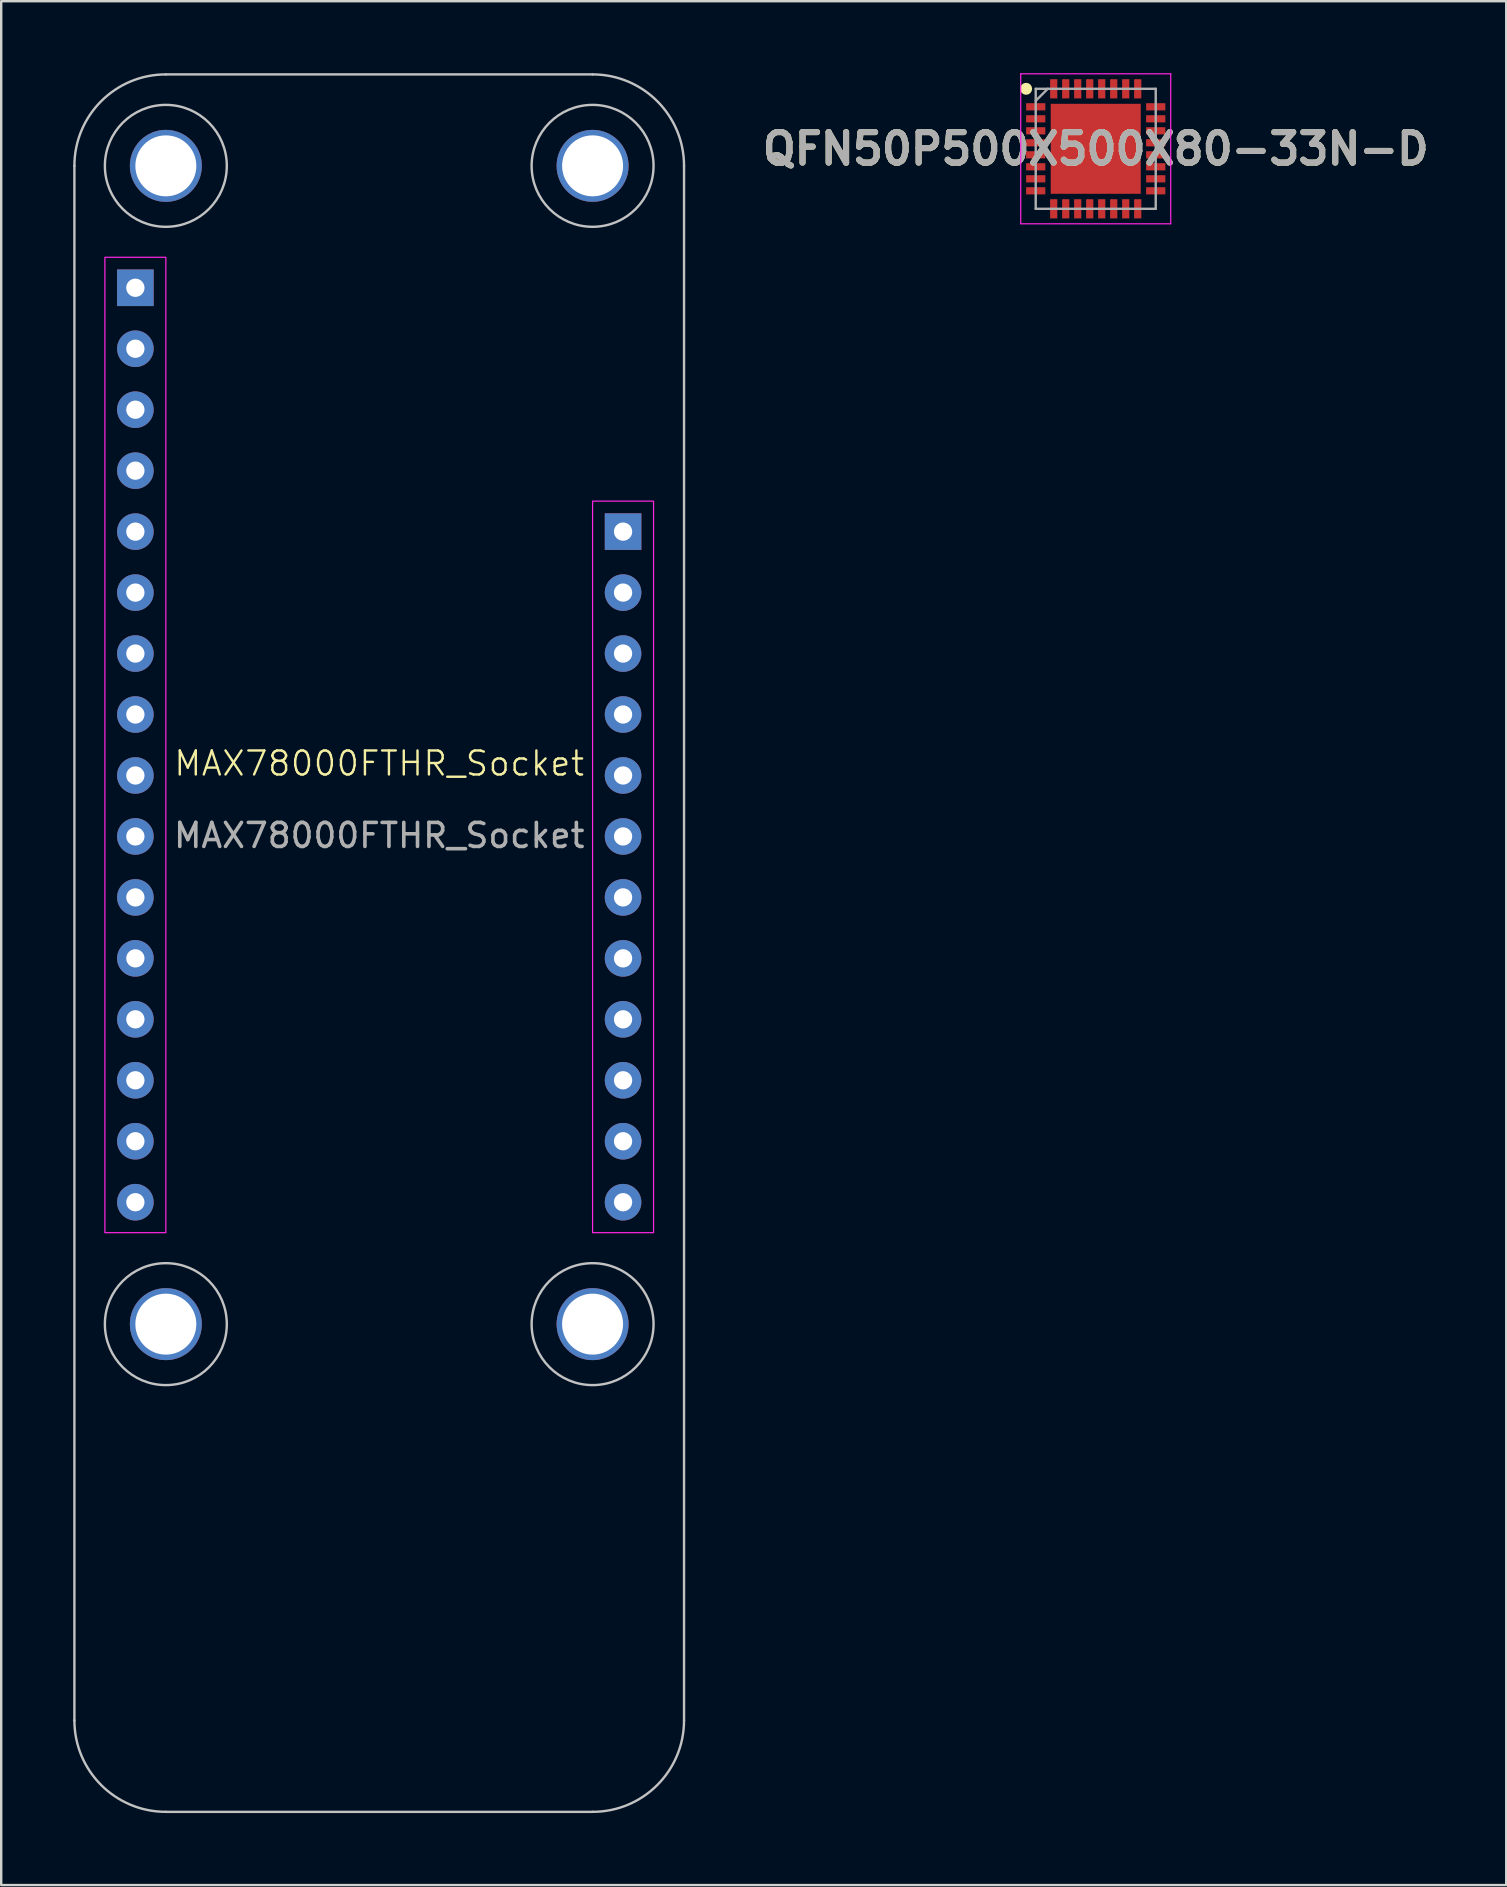
<source format=kicad_pcb>
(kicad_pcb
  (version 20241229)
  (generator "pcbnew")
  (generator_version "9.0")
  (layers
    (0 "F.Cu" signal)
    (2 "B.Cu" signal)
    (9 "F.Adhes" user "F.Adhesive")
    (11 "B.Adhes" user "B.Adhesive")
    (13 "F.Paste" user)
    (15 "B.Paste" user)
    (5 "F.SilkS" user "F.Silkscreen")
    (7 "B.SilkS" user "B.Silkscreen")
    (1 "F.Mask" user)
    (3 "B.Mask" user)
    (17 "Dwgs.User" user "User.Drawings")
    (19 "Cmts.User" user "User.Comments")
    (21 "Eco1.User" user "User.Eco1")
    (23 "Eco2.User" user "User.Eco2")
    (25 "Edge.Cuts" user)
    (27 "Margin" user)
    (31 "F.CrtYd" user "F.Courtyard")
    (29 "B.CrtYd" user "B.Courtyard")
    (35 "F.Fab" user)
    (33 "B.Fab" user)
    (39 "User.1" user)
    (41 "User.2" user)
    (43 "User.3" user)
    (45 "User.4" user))
  (footprint "QFN50P500X500X80-33N-D"
    (layer "F.Cu")
    (at 42.603 3.15)
    (property "Reference" "QFN50P500X500X80-33N-D" (at 0 0 0) (layer "F.SilkS") (effects (font (size 1.27 1.27) (thickness 0.254))))
    (attr smd)
    (fp_circle (center -2.9 -2.5) (end -2.9 -2.375) (stroke (width 0.25) (type solid)) (fill no) (layer "F.SilkS"))
    (fp_line (start -3.125 -3.125) (end 3.125 -3.125) (stroke (width 0.05) (type solid)) (layer "F.CrtYd"))
    (fp_line (start -3.125 3.125) (end -3.125 -3.125) (stroke (width 0.05) (type solid)) (layer "F.CrtYd"))
    (fp_line (start 3.125 -3.125) (end 3.125 3.125) (stroke (width 0.05) (type solid)) (layer "F.CrtYd"))
    (fp_line (start 3.125 3.125) (end -3.125 3.125) (stroke (width 0.05) (type solid)) (layer "F.CrtYd"))
    (fp_line (start -2.5 -2.5) (end 2.5 -2.5) (stroke (width 0.1) (type solid)) (layer "F.Fab"))
    (fp_line (start -2.5 -2) (end -2 -2.5) (stroke (width 0.1) (type solid)) (layer "F.Fab"))
    (fp_line (start -2.5 2.5) (end -2.5 -2.5) (stroke (width 0.1) (type solid)) (layer "F.Fab"))
    (fp_line (start 2.5 -2.5) (end 2.5 2.5) (stroke (width 0.1) (type solid)) (layer "F.Fab"))
    (fp_line (start 2.5 2.5) (end -2.5 2.5) (stroke (width 0.1) (type solid)) (layer "F.Fab"))
    (fp_text user "${REFERENCE}" (at 0 0 0) (layer "F.Fab") (effects (font (size 1.27 1.27) (thickness 0.254))))
    (pad "1" smd rect (at -2.5 -1.75 90) (size 0.3 0.8) (layers "F.Cu" "F.Mask" "F.Paste"))
    (pad "2" smd rect (at -2.5 -1.25 90) (size 0.3 0.8) (layers "F.Cu" "F.Mask" "F.Paste"))
    (pad "3" smd rect (at -2.5 -0.75 90) (size 0.3 0.8) (layers "F.Cu" "F.Mask" "F.Paste"))
    (pad "4" smd rect (at -2.5 -0.25 90) (size 0.3 0.8) (layers "F.Cu" "F.Mask" "F.Paste"))
    (pad "5" smd rect (at -2.5 0.25 90) (size 0.3 0.8) (layers "F.Cu" "F.Mask" "F.Paste"))
    (pad "6" smd rect (at -2.5 0.75 90) (size 0.3 0.8) (layers "F.Cu" "F.Mask" "F.Paste"))
    (pad "7" smd rect (at -2.5 1.25 90) (size 0.3 0.8) (layers "F.Cu" "F.Mask" "F.Paste"))
    (pad "8" smd rect (at -2.5 1.75 90) (size 0.3 0.8) (layers "F.Cu" "F.Mask" "F.Paste"))
    (pad "9" smd rect (at -1.75 2.5) (size 0.3 0.8) (layers "F.Cu" "F.Mask" "F.Paste"))
    (pad "10" smd rect (at -1.25 2.5) (size 0.3 0.8) (layers "F.Cu" "F.Mask" "F.Paste"))
    (pad "11" smd rect (at -0.75 2.5) (size 0.3 0.8) (layers "F.Cu" "F.Mask" "F.Paste"))
    (pad "12" smd rect (at -0.25 2.5) (size 0.3 0.8) (layers "F.Cu" "F.Mask" "F.Paste"))
    (pad "13" smd rect (at 0.25 2.5) (size 0.3 0.8) (layers "F.Cu" "F.Mask" "F.Paste"))
    (pad "14" smd rect (at 0.75 2.5) (size 0.3 0.8) (layers "F.Cu" "F.Mask" "F.Paste"))
    (pad "15" smd rect (at 1.25 2.5) (size 0.3 0.8) (layers "F.Cu" "F.Mask" "F.Paste"))
    (pad "16" smd rect (at 1.75 2.5) (size 0.3 0.8) (layers "F.Cu" "F.Mask" "F.Paste"))
    (pad "17" smd rect (at 2.5 1.75 90) (size 0.3 0.8) (layers "F.Cu" "F.Mask" "F.Paste"))
    (pad "18" smd rect (at 2.5 1.25 90) (size 0.3 0.8) (layers "F.Cu" "F.Mask" "F.Paste"))
    (pad "19" smd rect (at 2.5 0.75 90) (size 0.3 0.8) (layers "F.Cu" "F.Mask" "F.Paste"))
    (pad "20" smd rect (at 2.5 0.25 90) (size 0.3 0.8) (layers "F.Cu" "F.Mask" "F.Paste"))
    (pad "21" smd rect (at 2.5 -0.25 90) (size 0.3 0.8) (layers "F.Cu" "F.Mask" "F.Paste"))
    (pad "22" smd rect (at 2.5 -0.75 90) (size 0.3 0.8) (layers "F.Cu" "F.Mask" "F.Paste"))
    (pad "23" smd rect (at 2.5 -1.25 90) (size 0.3 0.8) (layers "F.Cu" "F.Mask" "F.Paste"))
    (pad "24" smd rect (at 2.5 -1.75 90) (size 0.3 0.8) (layers "F.Cu" "F.Mask" "F.Paste"))
    (pad "25" smd rect (at 1.75 -2.5) (size 0.3 0.8) (layers "F.Cu" "F.Mask" "F.Paste"))
    (pad "26" smd rect (at 1.25 -2.5) (size 0.3 0.8) (layers "F.Cu" "F.Mask" "F.Paste"))
    (pad "27" smd rect (at 0.75 -2.5) (size 0.3 0.8) (layers "F.Cu" "F.Mask" "F.Paste"))
    (pad "28" smd rect (at 0.25 -2.5) (size 0.3 0.8) (layers "F.Cu" "F.Mask" "F.Paste"))
    (pad "29" smd rect (at -0.25 -2.5) (size 0.3 0.8) (layers "F.Cu" "F.Mask" "F.Paste"))
    (pad "30" smd rect (at -0.75 -2.5) (size 0.3 0.8) (layers "F.Cu" "F.Mask" "F.Paste"))
    (pad "31" smd rect (at -1.25 -2.5) (size 0.3 0.8) (layers "F.Cu" "F.Mask" "F.Paste"))
    (pad "32" smd rect (at -1.75 -2.5) (size 0.3 0.8) (layers "F.Cu" "F.Mask" "F.Paste"))
    (pad "33" smd rect (at 0 0) (size 3.75 3.75) (layers "F.Cu" "F.Mask" "F.Paste")))
  (footprint "MAX78000FTHR_Socket"
    (layer "F.Cu")
    (at 12.75 29.26)
    (property "Reference" "MAX78000FTHR_Socket" (at 0 -0.5 0) (unlocked yes) (layer "F.SilkS") (effects (font (size 1 1) (thickness 0.1))))
    (attr through_hole)
    (fp_line (start -12.7 -25.4) (end -12.7 39.37) (stroke (width 0.1) (type default)) (layer "Dwgs.User"))
    (fp_line (start -8.89 -29.21) (end 8.89 -29.21) (stroke (width 0.1) (type default)) (layer "Dwgs.User"))
    (fp_line (start -8.89 43.18) (end 8.89 43.18) (stroke (width 0.1) (type default)) (layer "Dwgs.User"))
    (fp_line (start 12.7 39.37) (end 12.7 -25.4) (stroke (width 0.1) (type default)) (layer "Dwgs.User"))
    (fp_arc (start -12.7 -25.4) (mid -11.584077 -28.094077) (end -8.89 -29.21) (stroke (width 0.1) (type default)) (layer "Dwgs.User"))
    (fp_arc (start -8.89 43.18) (mid -11.584077 42.064077) (end -12.7 39.37) (stroke (width 0.1) (type default)) (layer "Dwgs.User"))
    (fp_arc (start 8.89 -29.21) (mid 11.584077 -28.094077) (end 12.7 -25.4) (stroke (width 0.1) (type default)) (layer "Dwgs.User"))
    (fp_arc (start 12.7 39.37) (mid 11.584077 42.064077) (end 8.89 43.18) (stroke (width 0.1) (type default)) (layer "Dwgs.User"))
    (fp_circle (center -8.89 -25.4) (end -6.35 -25.4) (stroke (width 0.1) (type default)) (fill no) (layer "Dwgs.User"))
    (fp_circle (center -8.89 22.86) (end -6.35 22.86) (stroke (width 0.1) (type default)) (fill no) (layer "Dwgs.User"))
    (fp_circle (center 8.89 -25.4) (end 11.43 -25.4) (stroke (width 0.1) (type default)) (fill no) (layer "Dwgs.User"))
    (fp_circle (center 8.89 22.86) (end 11.43 22.86) (stroke (width 0.1) (type default)) (fill no) (layer "Dwgs.User"))
    (fp_rect (start -11.43 -21.59) (end -8.89 19.05) (stroke (width 0.05) (type default)) (fill no) (layer "F.CrtYd"))
    (fp_rect (start 8.89 -11.43) (end 11.43 19.05) (stroke (width 0.05) (type default)) (fill no) (layer "F.CrtYd"))
    (fp_text user "${REFERENCE}" (at 0 2.5 0) (unlocked yes) (layer "F.Fab") (effects (font (size 1 1) (thickness 0.15))))
    (pad "" np_thru_hole circle (at -8.89 -25.4) (size 3 3) (drill 2.54) (layers "*.Cu" "*.Mask"))
    (pad "" np_thru_hole circle (at -8.89 22.86) (size 3 3) (drill 2.54) (layers "*.Cu" "*.Mask"))
    (pad "" np_thru_hole circle (at 8.89 -25.4) (size 3 3) (drill 2.54) (layers "*.Cu" "*.Mask"))
    (pad "" np_thru_hole circle (at 8.89 22.86) (size 3 3) (drill 2.54) (layers "*.Cu" "*.Mask"))
    (pad "1" thru_hole rect (at -10.16 -20.32) (size 1.524 1.524) (drill 0.762) (layers "*.Cu" "*.Mask"))
    (pad "2" thru_hole circle (at -10.16 -17.78) (size 1.524 1.524) (drill 0.762) (layers "*.Cu" "*.Mask"))
    (pad "3" thru_hole circle (at -10.16 -15.24) (size 1.524 1.524) (drill 0.762) (layers "*.Cu" "*.Mask"))
    (pad "4" thru_hole circle (at -10.16 -12.7) (size 1.524 1.524) (drill 0.762) (layers "*.Cu" "*.Mask"))
    (pad "5" thru_hole circle (at -10.16 -10.16) (size 1.524 1.524) (drill 0.762) (layers "*.Cu" "*.Mask"))
    (pad "6" thru_hole circle (at -10.16 -7.62) (size 1.524 1.524) (drill 0.762) (layers "*.Cu" "*.Mask"))
    (pad "7" thru_hole circle (at -10.16 -5.08) (size 1.524 1.524) (drill 0.762) (layers "*.Cu" "*.Mask"))
    (pad "8" thru_hole circle (at -10.16 -2.54) (size 1.524 1.524) (drill 0.762) (layers "*.Cu" "*.Mask"))
    (pad "9" thru_hole circle (at -10.16 0) (size 1.524 1.524) (drill 0.762) (layers "*.Cu" "*.Mask"))
    (pad "10" thru_hole circle (at -10.16 2.54) (size 1.524 1.524) (drill 0.762) (layers "*.Cu" "*.Mask"))
    (pad "11" thru_hole circle (at -10.16 5.08) (size 1.524 1.524) (drill 0.762) (layers "*.Cu" "*.Mask"))
    (pad "12" thru_hole circle (at -10.16 7.62) (size 1.524 1.524) (drill 0.762) (layers "*.Cu" "*.Mask"))
    (pad "13" thru_hole circle (at -10.16 10.16) (size 1.524 1.524) (drill 0.762) (layers "*.Cu" "*.Mask"))
    (pad "14" thru_hole circle (at -10.16 12.7) (size 1.524 1.524) (drill 0.762) (layers "*.Cu" "*.Mask"))
    (pad "15" thru_hole circle (at -10.16 15.24) (size 1.524 1.524) (drill 0.762) (layers "*.Cu" "*.Mask"))
    (pad "16" thru_hole circle (at -10.16 17.78) (size 1.524 1.524) (drill 0.762) (layers "*.Cu" "*.Mask"))
    (pad "17" thru_hole rect (at 10.16 -10.16) (size 1.524 1.524) (drill 0.762) (layers "*.Cu" "*.Mask"))
    (pad "18" thru_hole circle (at 10.16 -7.62) (size 1.524 1.524) (drill 0.762) (layers "*.Cu" "*.Mask"))
    (pad "19" thru_hole circle (at 10.16 -5.08) (size 1.524 1.524) (drill 0.762) (layers "*.Cu" "*.Mask"))
    (pad "20" thru_hole circle (at 10.16 -2.54) (size 1.524 1.524) (drill 0.762) (layers "*.Cu" "*.Mask"))
    (pad "21" thru_hole circle (at 10.16 0) (size 1.524 1.524) (drill 0.762) (layers "*.Cu" "*.Mask"))
    (pad "22" thru_hole circle (at 10.16 2.54) (size 1.524 1.524) (drill 0.762) (layers "*.Cu" "*.Mask"))
    (pad "23" thru_hole circle (at 10.16 5.08) (size 1.524 1.524) (drill 0.762) (layers "*.Cu" "*.Mask"))
    (pad "24" thru_hole circle (at 10.16 7.62) (size 1.524 1.524) (drill 0.762) (layers "*.Cu" "*.Mask"))
    (pad "25" thru_hole circle (at 10.16 10.16) (size 1.524 1.524) (drill 0.762) (layers "*.Cu" "*.Mask"))
    (pad "26" thru_hole circle (at 10.16 12.7) (size 1.524 1.524) (drill 0.762) (layers "*.Cu" "*.Mask"))
    (pad "27" thru_hole circle (at 10.16 15.24) (size 1.524 1.524) (drill 0.762) (layers "*.Cu" "*.Mask"))
    (pad "28" thru_hole circle (at 10.16 17.78) (size 1.524 1.524) (drill 0.762) (layers "*.Cu" "*.Mask")))
  (gr_rect
    (start -3 -3)
    (end 59.706 75.49)
    (stroke (width 0.1) (type default))
    (fill no)
    (layer "Edge.Cuts")))
</source>
